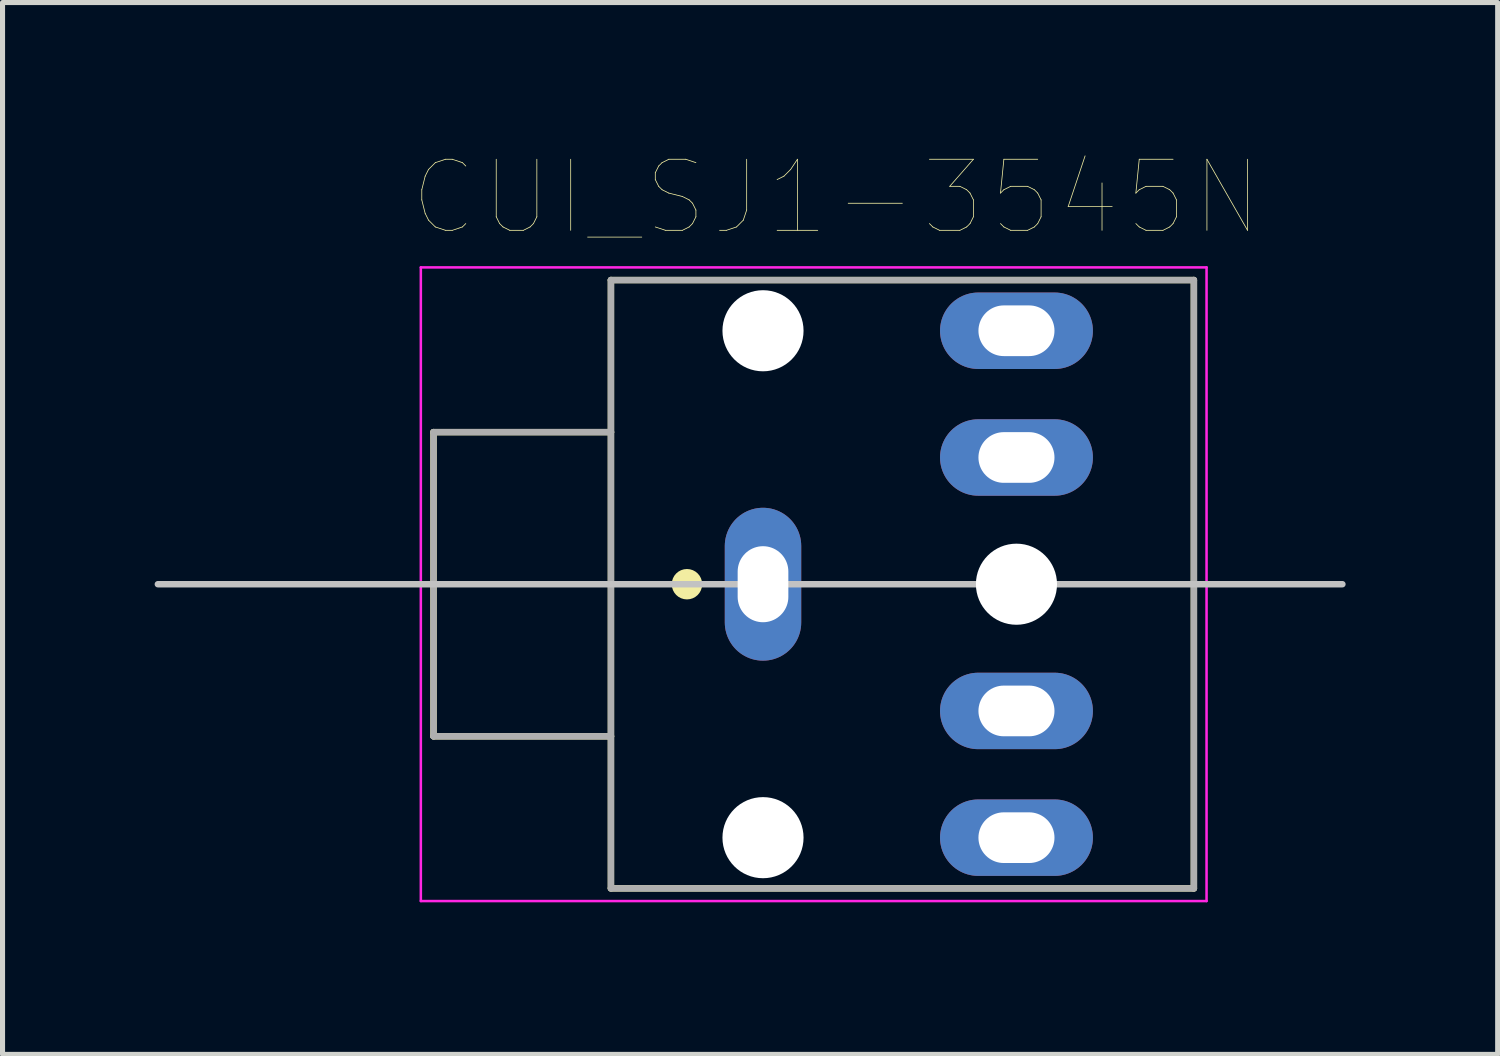
<source format=kicad_pcb>
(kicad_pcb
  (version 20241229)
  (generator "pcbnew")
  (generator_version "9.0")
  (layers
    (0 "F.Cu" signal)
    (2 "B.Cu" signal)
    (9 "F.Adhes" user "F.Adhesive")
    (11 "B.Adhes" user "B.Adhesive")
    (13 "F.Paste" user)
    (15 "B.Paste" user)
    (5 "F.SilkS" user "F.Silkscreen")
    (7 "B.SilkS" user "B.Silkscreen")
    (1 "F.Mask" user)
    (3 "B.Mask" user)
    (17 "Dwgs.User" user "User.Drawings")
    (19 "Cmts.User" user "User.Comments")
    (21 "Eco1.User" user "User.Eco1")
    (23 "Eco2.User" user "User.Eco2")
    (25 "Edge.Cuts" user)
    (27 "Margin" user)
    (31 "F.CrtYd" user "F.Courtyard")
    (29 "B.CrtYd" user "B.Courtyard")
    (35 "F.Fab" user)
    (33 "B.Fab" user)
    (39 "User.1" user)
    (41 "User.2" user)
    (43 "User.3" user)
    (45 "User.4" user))
  (footprint "CUI_SJ1-3545N"
    (layer "F.Cu")
    (at 12.002 8.475)
    (property "Reference" "CUI_SJ1-3545N" (at 1.447 -7.629 0) (layer "F.SilkS") (effects (font (size 1.402 1.402) (thickness 0.015))))
    (attr through_hole)
    (fp_line (start -6.5 -3) (end -6.5 3) (stroke (width 0.127) (type solid)) (layer "F.SilkS"))
    (fp_line (start -6.5 3) (end -3 3) (stroke (width 0.127) (type solid)) (layer "F.SilkS"))
    (fp_line (start -3 -6) (end -3 -3) (stroke (width 0.127) (type solid)) (layer "F.SilkS"))
    (fp_line (start -3 -6) (end 8.5 -6) (stroke (width 0.127) (type solid)) (layer "F.SilkS"))
    (fp_line (start -3 -3) (end -6.5 -3) (stroke (width 0.127) (type solid)) (layer "F.SilkS"))
    (fp_line (start -3 -3) (end -3 3) (stroke (width 0.127) (type solid)) (layer "F.SilkS"))
    (fp_line (start -3 3) (end -3 6) (stroke (width 0.127) (type solid)) (layer "F.SilkS"))
    (fp_line (start 8.5 -6) (end 8.5 6) (stroke (width 0.127) (type solid)) (layer "F.SilkS"))
    (fp_line (start 8.5 6) (end -3 6) (stroke (width 0.127) (type solid)) (layer "F.SilkS"))
    (fp_circle (center -1.5 0) (end -1.35 0) (stroke (width 0.3) (type solid)) (fill no) (layer "F.SilkS"))
    (fp_line (start -11.938 0) (end 11.43 0) (stroke (width 0.127) (type solid)) (layer "Dwgs.User"))
    (fp_line (start -6.75 -6.25) (end 8.75 -6.25) (stroke (width 0.05) (type solid)) (layer "F.CrtYd"))
    (fp_line (start -6.75 6.25) (end -6.75 -6.25) (stroke (width 0.05) (type solid)) (layer "F.CrtYd"))
    (fp_line (start 8.75 -6.25) (end 8.75 6.25) (stroke (width 0.05) (type solid)) (layer "F.CrtYd"))
    (fp_line (start 8.75 6.25) (end -6.75 6.25) (stroke (width 0.05) (type solid)) (layer "F.CrtYd"))
    (fp_line (start -6.5 -3) (end -6.5 3) (stroke (width 0.127) (type solid)) (layer "F.Fab"))
    (fp_line (start -6.5 3) (end -3 3) (stroke (width 0.127) (type solid)) (layer "F.Fab"))
    (fp_line (start -3 -6) (end 8.5 -6) (stroke (width 0.127) (type solid)) (layer "F.Fab"))
    (fp_line (start -3 -3) (end -6.5 -3) (stroke (width 0.127) (type solid)) (layer "F.Fab"))
    (fp_line (start -3 -3) (end -3 -6) (stroke (width 0.127) (type solid)) (layer "F.Fab"))
    (fp_line (start -3 3) (end -3 -3) (stroke (width 0.127) (type solid)) (layer "F.Fab"))
    (fp_line (start -3 6) (end -3 3) (stroke (width 0.127) (type solid)) (layer "F.Fab"))
    (fp_line (start 8.5 -6) (end 8.5 6) (stroke (width 0.127) (type solid)) (layer "F.Fab"))
    (fp_line (start 8.5 6) (end -3 6) (stroke (width 0.127) (type solid)) (layer "F.Fab"))
    (pad "" np_thru_hole circle (at 0 -5) (size 1.6 1.6) (drill 1.6) (layers "*.Cu" "*.Mask"))
    (pad "" np_thru_hole circle (at 0 5) (size 1.6 1.6) (drill 1.6) (layers "*.Cu" "*.Mask"))
    (pad "" np_thru_hole circle (at 5 0) (size 1.6 1.6) (drill 1.6) (layers "*.Cu" "*.Mask"))
    (pad "1" thru_hole oval (at 0 0) (size 1.508 3.016) (drill oval 1 1.5) (layers "*.Cu" "*.Mask"))
    (pad "2" thru_hole oval (at 5 5) (size 3.016 1.508) (drill oval 1.5 1) (layers "*.Cu" "*.Mask"))
    (pad "3" thru_hole oval (at 5 -5) (size 3.016 1.508) (drill oval 1.5 1) (layers "*.Cu" "*.Mask"))
    (pad "4" thru_hole oval (at 5 2.5) (size 3.016 1.508) (drill oval 1.5 1) (layers "*.Cu" "*.Mask"))
    (pad "5" thru_hole oval (at 5 -2.5) (size 3.016 1.508) (drill oval 1.5 1) (layers "*.Cu" "*.Mask")))
  (gr_rect
    (start -3 -3)
    (end 26.495 17.75)
    (stroke (width 0.1) (type default))
    (fill no)
    (layer "Edge.Cuts")))
</source>
